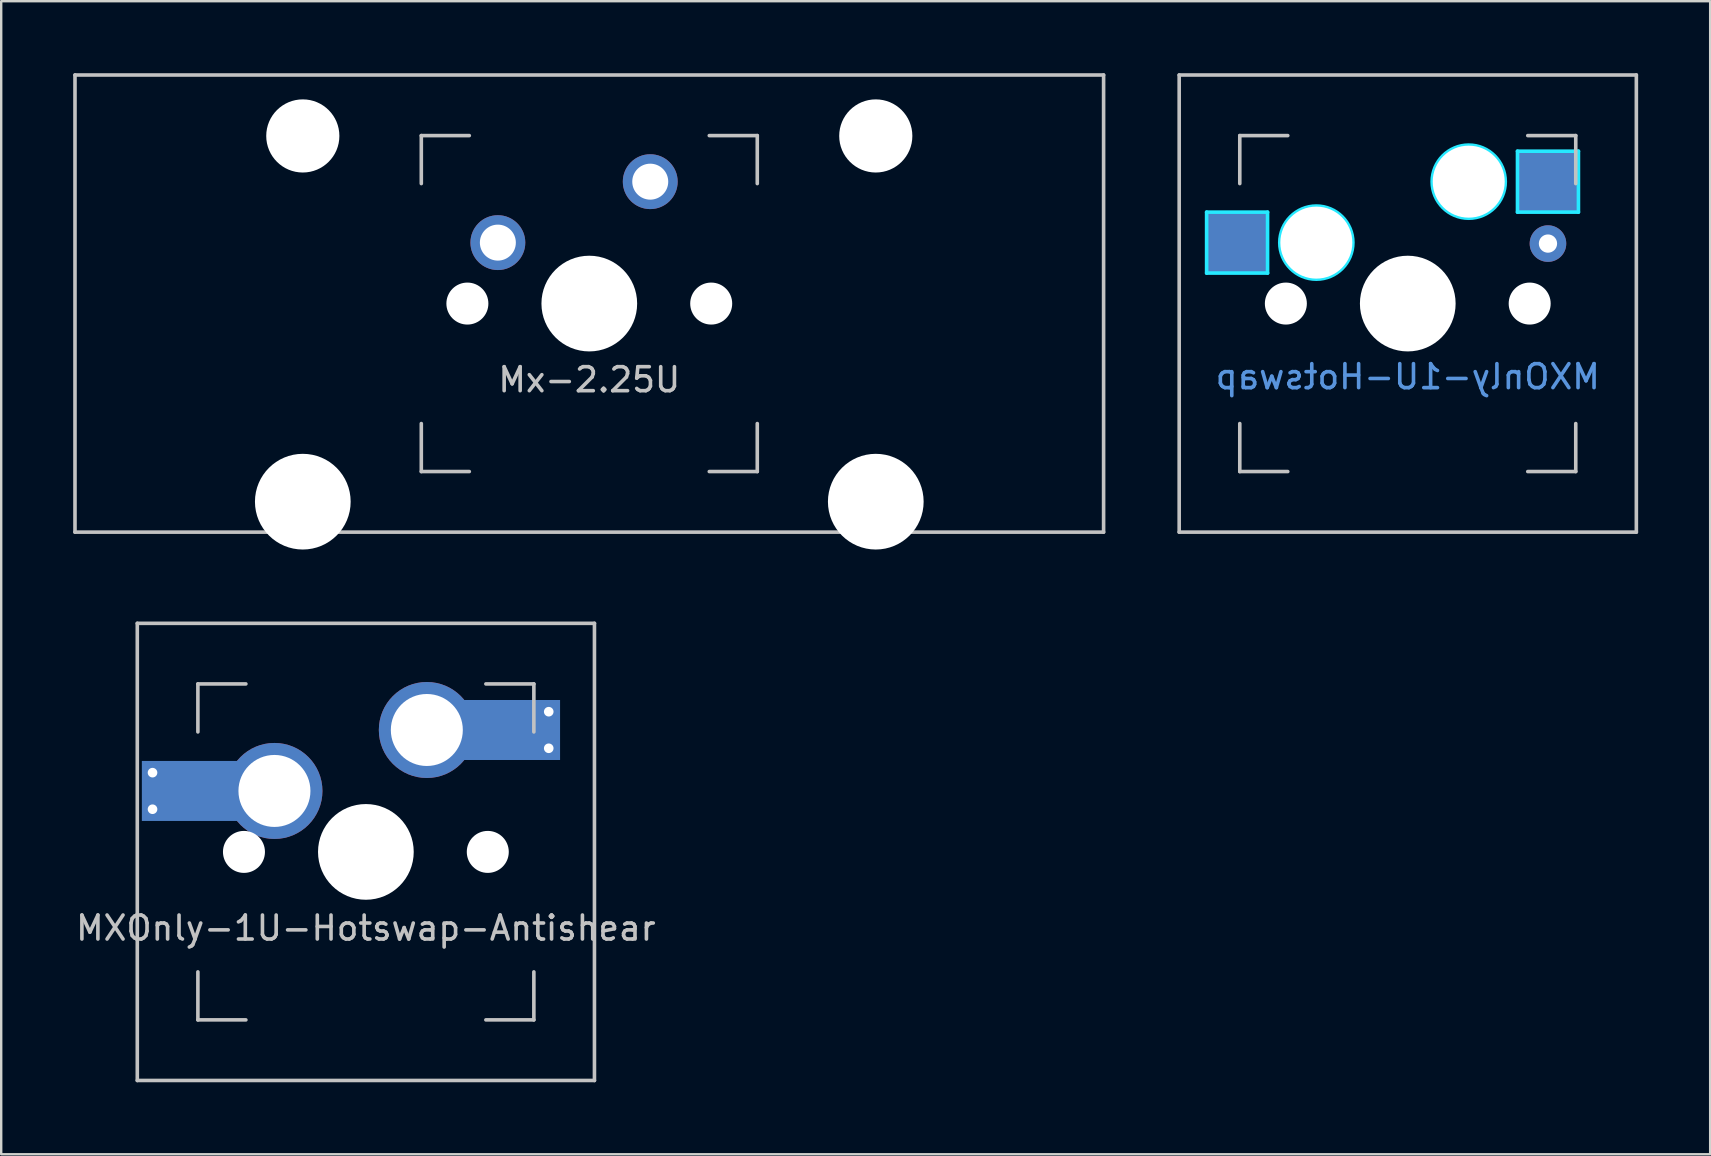
<source format=kicad_pcb>
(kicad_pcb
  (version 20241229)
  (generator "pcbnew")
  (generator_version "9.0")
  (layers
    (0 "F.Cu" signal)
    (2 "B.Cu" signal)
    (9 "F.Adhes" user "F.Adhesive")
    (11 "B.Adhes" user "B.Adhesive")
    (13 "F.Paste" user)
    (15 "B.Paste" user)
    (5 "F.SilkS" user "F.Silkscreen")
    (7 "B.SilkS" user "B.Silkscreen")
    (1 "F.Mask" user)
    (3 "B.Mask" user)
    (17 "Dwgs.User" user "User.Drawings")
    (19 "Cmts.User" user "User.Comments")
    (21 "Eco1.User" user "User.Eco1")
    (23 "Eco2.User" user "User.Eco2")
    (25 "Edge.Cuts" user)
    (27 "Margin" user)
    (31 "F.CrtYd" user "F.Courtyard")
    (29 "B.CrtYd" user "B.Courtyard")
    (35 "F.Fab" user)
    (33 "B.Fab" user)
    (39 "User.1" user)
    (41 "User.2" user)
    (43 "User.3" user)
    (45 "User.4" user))
  (footprint "MXOnly-1U-Hotswap"
    (layer "F.Cu")
    (at 55.612 9.6)
    (property "Reference" "MXOnly-1U-Hotswap" (at 0 3.048 0) (layer "Cmts.User") (effects (font (size 1 1) (thickness 0.15)) (justify mirror)))
    (attr smd)
    (fp_line (start -9.525 -9.525) (end 9.525 -9.525) (stroke (width 0.15) (type solid)) (layer "Dwgs.User"))
    (fp_line (start -9.525 9.525) (end -9.525 -9.525) (stroke (width 0.15) (type solid)) (layer "Dwgs.User"))
    (fp_line (start -7 -7) (end -7 -5) (stroke (width 0.15) (type solid)) (layer "Dwgs.User"))
    (fp_line (start -7 5) (end -7 7) (stroke (width 0.15) (type solid)) (layer "Dwgs.User"))
    (fp_line (start -7 7) (end -5 7) (stroke (width 0.15) (type solid)) (layer "Dwgs.User"))
    (fp_line (start -5 -7) (end -7 -7) (stroke (width 0.15) (type solid)) (layer "Dwgs.User"))
    (fp_line (start 5 -7) (end 7 -7) (stroke (width 0.15) (type solid)) (layer "Dwgs.User"))
    (fp_line (start 5 7) (end 7 7) (stroke (width 0.15) (type solid)) (layer "Dwgs.User"))
    (fp_line (start 7 -7) (end 7 -5) (stroke (width 0.15) (type solid)) (layer "Dwgs.User"))
    (fp_line (start 7 7) (end 7 5) (stroke (width 0.15) (type solid)) (layer "Dwgs.User"))
    (fp_line (start 9.525 -9.525) (end 9.525 9.525) (stroke (width 0.15) (type solid)) (layer "Dwgs.User"))
    (fp_line (start 9.525 9.525) (end -9.525 9.525) (stroke (width 0.15) (type solid)) (layer "Dwgs.User"))
    (fp_line (start -8.382 -3.81) (end -8.382 -1.27) (stroke (width 0.15) (type solid)) (layer "B.CrtYd"))
    (fp_line (start -8.382 -1.27) (end -5.842 -1.27) (stroke (width 0.15) (type solid)) (layer "B.CrtYd"))
    (fp_line (start -5.842 -3.81) (end -8.382 -3.81) (stroke (width 0.15) (type solid)) (layer "B.CrtYd"))
    (fp_line (start -5.842 -1.27) (end -5.842 -3.81) (stroke (width 0.15) (type solid)) (layer "B.CrtYd"))
    (fp_line (start 4.572 -6.35) (end 7.112 -6.35) (stroke (width 0.15) (type solid)) (layer "B.CrtYd"))
    (fp_line (start 4.572 -3.81) (end 4.572 -6.35) (stroke (width 0.15) (type solid)) (layer "B.CrtYd"))
    (fp_line (start 7.112 -6.35) (end 7.112 -3.81) (stroke (width 0.15) (type solid)) (layer "B.CrtYd"))
    (fp_line (start 7.112 -3.81) (end 4.572 -3.81) (stroke (width 0.15) (type solid)) (layer "B.CrtYd"))
    (fp_circle (center -3.81 -2.54) (end -3.81 -4.064) (stroke (width 0.15) (type solid)) (fill no) (layer "B.CrtYd"))
    (fp_circle (center 2.54 -5.08) (end 2.54 -6.604) (stroke (width 0.15) (type solid)) (fill no) (layer "B.CrtYd"))
    (pad "" np_thru_hole circle (at -5.08 0 48.1) (size 1.75 1.75) (drill 1.75) (layers "*.Cu" "*.Mask"))
    (pad "" np_thru_hole circle (at -3.81 -2.54) (size 3 3) (drill 3) (layers "*.Cu" "*.Mask"))
    (pad "" np_thru_hole circle (at 0 0) (size 3.988 3.988) (drill 3.988) (layers "*.Cu" "*.Mask"))
    (pad "" np_thru_hole circle (at 2.54 -5.08) (size 3 3) (drill 3) (layers "*.Cu" "*.Mask"))
    (pad "" np_thru_hole circle (at 5.08 0 48.1) (size 1.75 1.75) (drill 1.75) (layers "*.Cu" "*.Mask"))
    (pad "1" smd rect (at 5.842 -5.08) (size 2.55 2.5) (layers "B.Cu" "B.Mask" "B.Paste"))
    (pad "1" thru_hole circle (at 5.842 -2.5) (size 1.524 1.524) (drill 0.762) (layers "*.Cu" "*.Mask"))
    (pad "2" smd rect (at -7.085 -2.54) (size 2.55 2.5) (layers "B.Cu" "B.Mask" "B.Paste")))
  (footprint "MXOnly-1U-Hotswap-Antishear"
    (layer "F.Cu")
    (at 12.196 32.449)
    (property "Reference" "MXOnly-1U-Hotswap-Antishear" (at 0 3.175 0) (layer "Dwgs.User") (effects (font (size 1 1) (thickness 0.15))))
    (fp_line (start -9.525 -9.525) (end 9.525 -9.525) (stroke (width 0.15) (type solid)) (layer "Dwgs.User"))
    (fp_line (start -9.525 9.525) (end -9.525 -9.525) (stroke (width 0.15) (type solid)) (layer "Dwgs.User"))
    (fp_line (start -7 -7) (end -7 -5) (stroke (width 0.15) (type solid)) (layer "Dwgs.User"))
    (fp_line (start -7 5) (end -7 7) (stroke (width 0.15) (type solid)) (layer "Dwgs.User"))
    (fp_line (start -7 7) (end -5 7) (stroke (width 0.15) (type solid)) (layer "Dwgs.User"))
    (fp_line (start -5 -7) (end -7 -7) (stroke (width 0.15) (type solid)) (layer "Dwgs.User"))
    (fp_line (start 5 -7) (end 7 -7) (stroke (width 0.15) (type solid)) (layer "Dwgs.User"))
    (fp_line (start 5 7) (end 7 7) (stroke (width 0.15) (type solid)) (layer "Dwgs.User"))
    (fp_line (start 7 -7) (end 7 -5) (stroke (width 0.15) (type solid)) (layer "Dwgs.User"))
    (fp_line (start 7 7) (end 7 5) (stroke (width 0.15) (type solid)) (layer "Dwgs.User"))
    (fp_line (start 9.525 -9.525) (end 9.525 9.525) (stroke (width 0.15) (type solid)) (layer "Dwgs.User"))
    (fp_line (start 9.525 9.525) (end -9.525 9.525) (stroke (width 0.15) (type solid)) (layer "Dwgs.User"))
    (pad "" smd rect (at -7.085 -2.54) (size 2.55 2.5) (layers "B.Mask" "B.Paste"))
    (pad "" np_thru_hole circle (at -5.08 0 48.1) (size 1.75 1.75) (drill 1.75) (layers "*.Cu" "*.Mask"))
    (pad "" np_thru_hole circle (at 0 0) (size 3.988 3.988) (drill 3.988) (layers "*.Cu" "*.Mask"))
    (pad "" np_thru_hole circle (at 5.08 0 48.1) (size 1.75 1.75) (drill 1.75) (layers "*.Cu" "*.Mask"))
    (pad "" smd rect (at 5.842 -5.08) (size 2.55 2.5) (layers "B.Mask" "B.Paste"))
    (pad "1" thru_hole circle (at 2.54 -5.08) (size 4 4) (drill 3) (layers "*.Cu"))
    (pad "1" smd rect (at 5.842 -5.08) (size 4.5 2.5) (layers "B.Cu"))
    (pad "1" thru_hole circle (at 7.62 -5.842) (size 0.8 0.8) (drill 0.4) (layers "*.Cu"))
    (pad "1" thru_hole circle (at 7.62 -4.318) (size 0.8 0.8) (drill 0.4) (layers "*.Cu"))
    (pad "2" thru_hole circle (at -8.89 -3.302) (size 0.8 0.8) (drill 0.4) (layers "*.Cu"))
    (pad "2" thru_hole circle (at -8.89 -1.778) (size 0.8 0.8) (drill 0.4) (layers "*.Cu"))
    (pad "2" smd rect (at -7.085 -2.54) (size 4.5 2.5) (layers "B.Cu"))
    (pad "2" thru_hole circle (at -3.81 -2.54) (size 4 4) (drill 3) (layers "*.Cu")))
  (footprint "Mx-2.25U"
    (layer "F.Cu")
    (at 21.506 9.6)
    (property "Reference" "Mx-2.25U" (at 0 3.175 0) (layer "Dwgs.User") (effects (font (size 1 1) (thickness 0.15))))
    (fp_line (start -21.431 -9.525) (end 21.431 -9.525) (stroke (width 0.15) (type solid)) (layer "Dwgs.User"))
    (fp_line (start -21.431 9.525) (end -21.431 -9.525) (stroke (width 0.15) (type solid)) (layer "Dwgs.User"))
    (fp_line (start -7 -7) (end -7 -5) (stroke (width 0.15) (type solid)) (layer "Dwgs.User"))
    (fp_line (start -7 5) (end -7 7) (stroke (width 0.15) (type solid)) (layer "Dwgs.User"))
    (fp_line (start -7 7) (end -5 7) (stroke (width 0.15) (type solid)) (layer "Dwgs.User"))
    (fp_line (start -5 -7) (end -7 -7) (stroke (width 0.15) (type solid)) (layer "Dwgs.User"))
    (fp_line (start 5 -7) (end 7 -7) (stroke (width 0.15) (type solid)) (layer "Dwgs.User"))
    (fp_line (start 5 7) (end 7 7) (stroke (width 0.15) (type solid)) (layer "Dwgs.User"))
    (fp_line (start 7 -7) (end 7 -5) (stroke (width 0.15) (type solid)) (layer "Dwgs.User"))
    (fp_line (start 7 7) (end 7 5) (stroke (width 0.15) (type solid)) (layer "Dwgs.User"))
    (fp_line (start 21.431 -9.525) (end 21.431 9.525) (stroke (width 0.15) (type solid)) (layer "Dwgs.User"))
    (fp_line (start 21.431 9.525) (end -21.431 9.525) (stroke (width 0.15) (type solid)) (layer "Dwgs.User"))
    (pad "" np_thru_hole circle (at -11.938 -6.985) (size 3.048 3.048) (drill 3.048) (layers "*.Cu" "*.Mask"))
    (pad "" np_thru_hole circle (at -11.938 8.255) (size 3.988 3.988) (drill 3.988) (layers "*.Cu" "*.Mask"))
    (pad "" np_thru_hole circle (at -5.08 0 48.1) (size 1.75 1.75) (drill 1.75) (layers "*.Cu" "*.Mask"))
    (pad "" np_thru_hole circle (at 0 0) (size 3.988 3.988) (drill 3.988) (layers "*.Cu" "*.Mask"))
    (pad "" np_thru_hole circle (at 5.08 0 48.1) (size 1.75 1.75) (drill 1.75) (layers "*.Cu" "*.Mask"))
    (pad "" np_thru_hole circle (at 11.938 -6.985) (size 3.048 3.048) (drill 3.048) (layers "*.Cu" "*.Mask"))
    (pad "" np_thru_hole circle (at 11.938 8.255) (size 3.988 3.988) (drill 3.988) (layers "*.Cu" "*.Mask"))
    (pad "1" thru_hole circle (at 2.54 -5.08) (size 2.286 2.286) (drill 1.499) (layers "*.Cu" "*.Mask"))
    (pad "2" thru_hole circle (at -3.81 -2.54) (size 2.286 2.286) (drill 1.499) (layers "*.Cu" "*.Mask")))
  (gr_rect
    (start -3 -3)
    (end 68.213 45.049)
    (stroke (width 0.1) (type default))
    (fill no)
    (layer "Edge.Cuts")))
</source>
